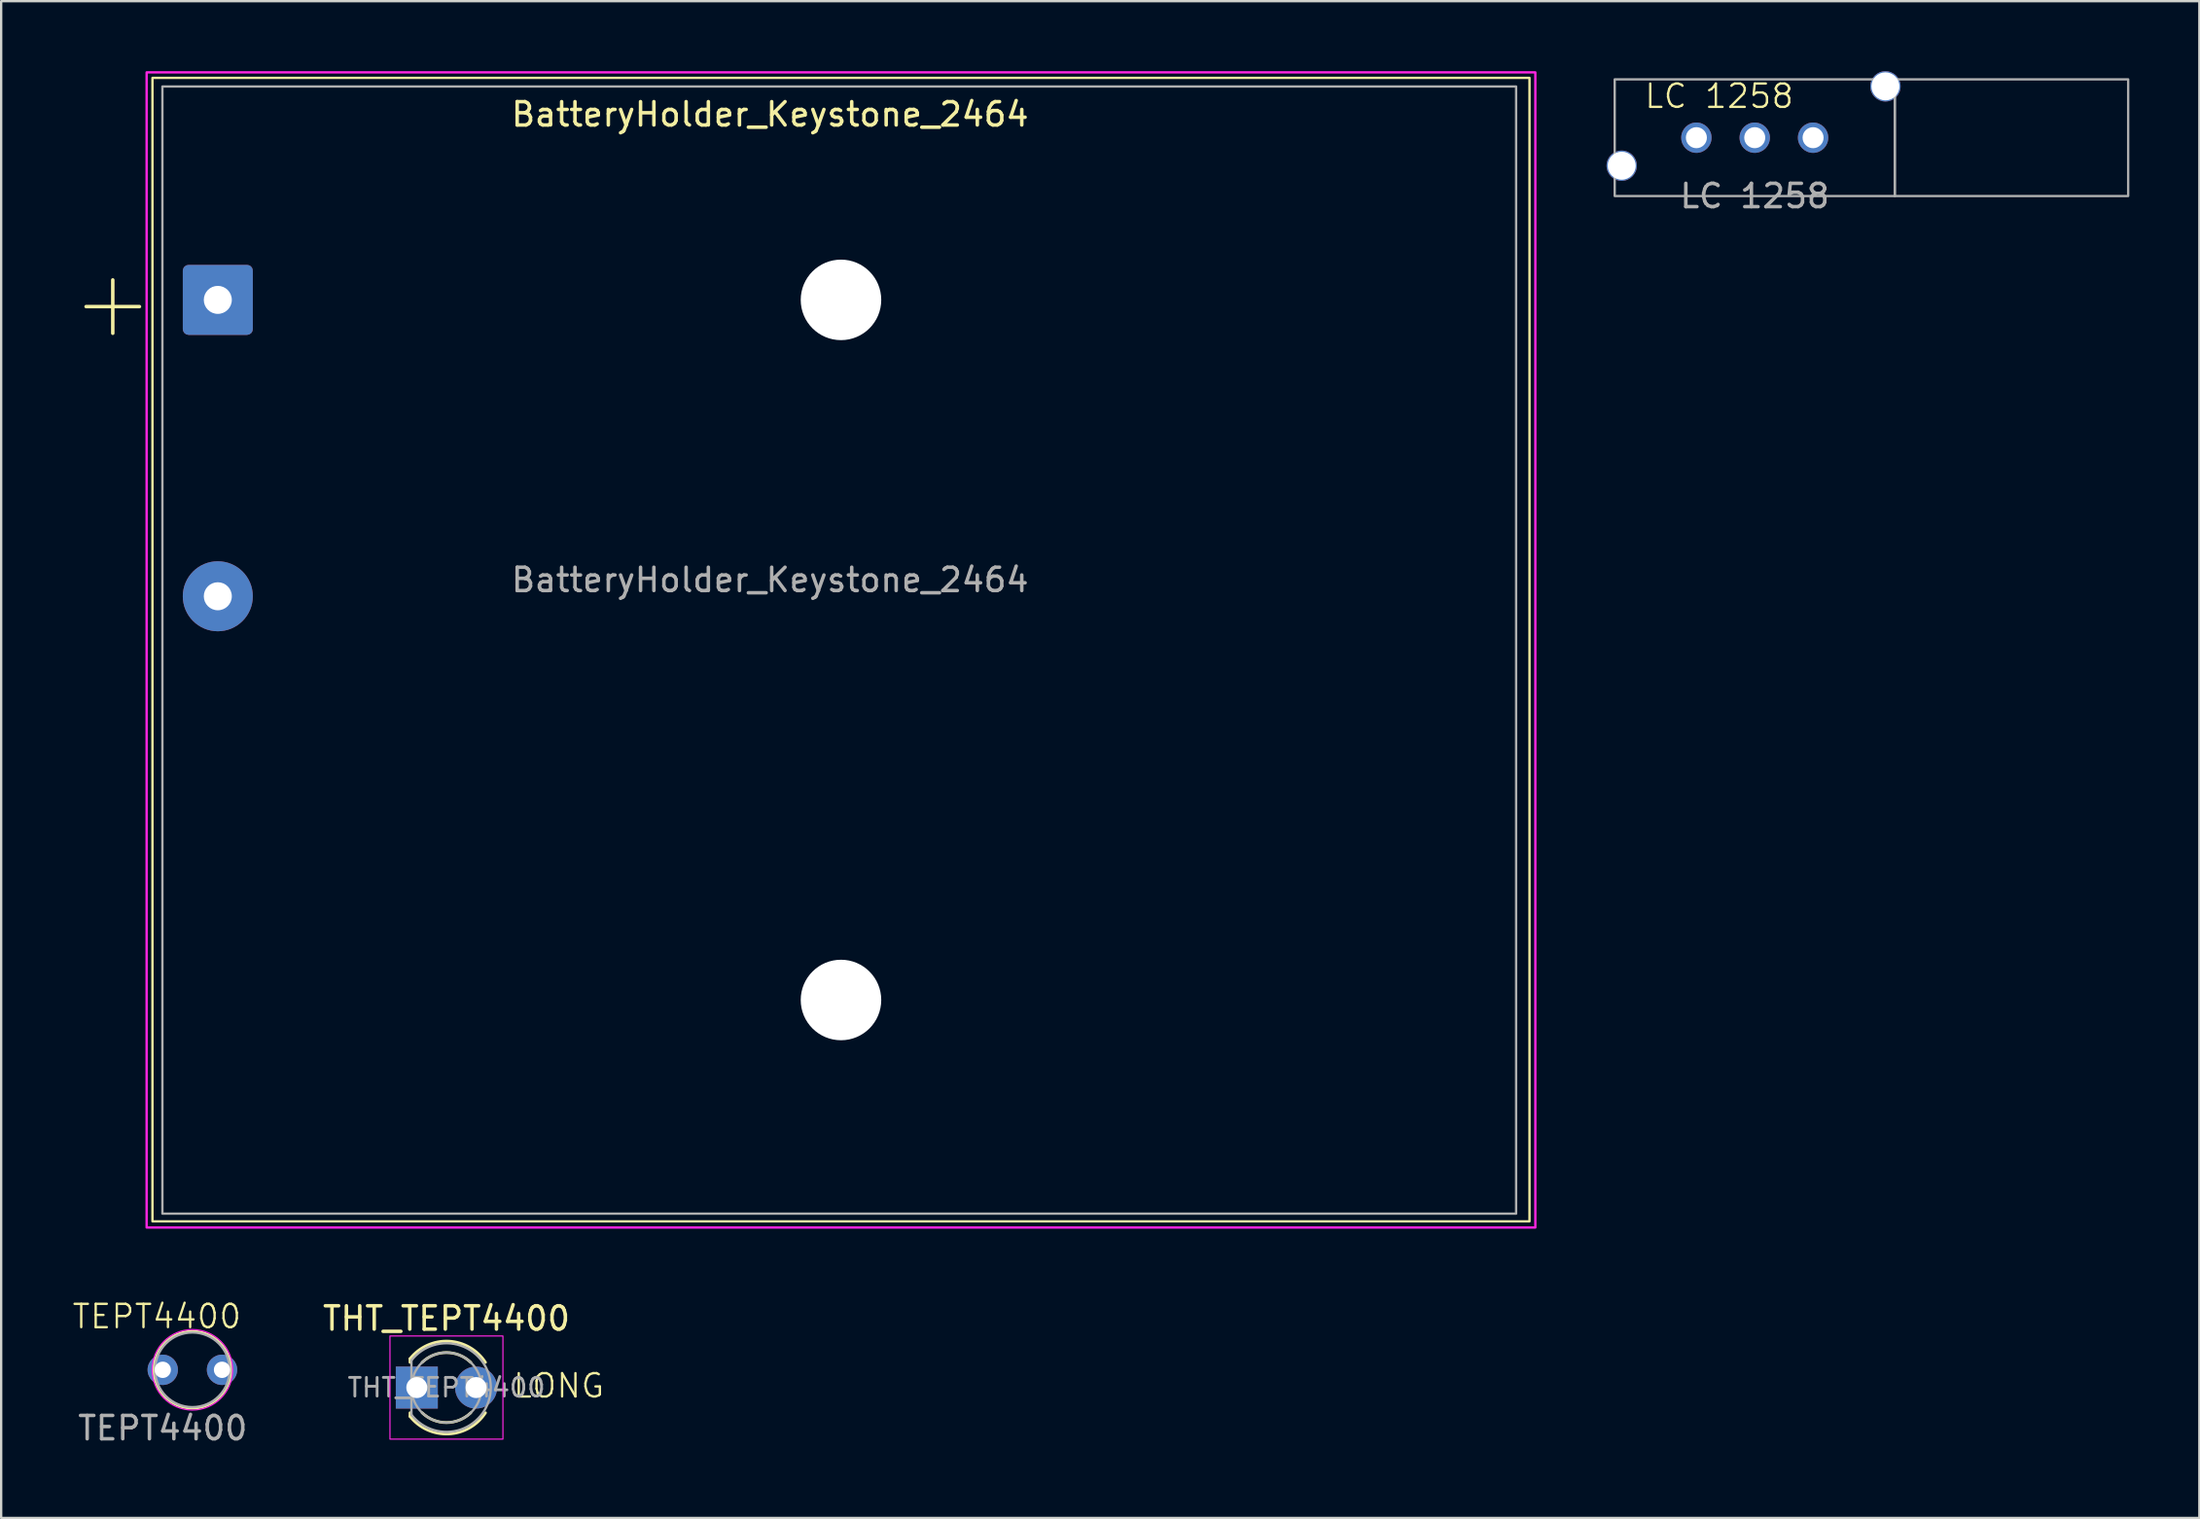
<source format=kicad_pcb>
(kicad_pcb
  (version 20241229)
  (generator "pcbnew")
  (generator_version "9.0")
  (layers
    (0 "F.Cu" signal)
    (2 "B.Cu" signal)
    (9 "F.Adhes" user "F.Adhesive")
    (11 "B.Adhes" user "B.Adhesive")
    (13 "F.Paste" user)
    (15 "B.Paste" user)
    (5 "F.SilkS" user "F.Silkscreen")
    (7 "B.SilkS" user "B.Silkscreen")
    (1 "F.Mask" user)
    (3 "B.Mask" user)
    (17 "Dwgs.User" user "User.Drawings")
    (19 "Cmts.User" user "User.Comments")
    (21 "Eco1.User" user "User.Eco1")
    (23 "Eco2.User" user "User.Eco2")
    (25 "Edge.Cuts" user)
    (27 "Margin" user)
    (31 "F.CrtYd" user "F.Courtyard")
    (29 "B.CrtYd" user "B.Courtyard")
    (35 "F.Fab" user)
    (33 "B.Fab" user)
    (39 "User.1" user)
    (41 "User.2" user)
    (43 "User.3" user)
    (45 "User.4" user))
  (footprint "TEPT4400"
    (layer "F.Cu")
    (at 3.923 55.647)
    (property "Reference" "TEPT4400" (at -0.254 -2.286 0) (unlocked yes) (layer "F.SilkS") (effects (font (size 1 1) (thickness 0.1))))
    (attr through_hole)
    (fp_circle (center 1.27 0) (end 2.925 0) (stroke (width 0.1) (type solid)) (fill no) (layer "F.SilkS"))
    (fp_circle (center 1.27 0) (end 2.995 0) (stroke (width 0.05) (type solid)) (fill no) (layer "F.CrtYd"))
    (fp_circle (center 1.27 0) (end 2.87 0) (stroke (width 0.1) (type solid)) (fill no) (layer "F.Fab"))
    (fp_text user "${REFERENCE}" (at 0 2.5 0) (unlocked yes) (layer "F.Fab") (effects (font (size 1 1) (thickness 0.15))))
    (pad "1" thru_hole circle (at 0 0) (size 1.3 1.3) (drill 0.7) (layers "*.Cu" "*.Mask"))
    (pad "2" thru_hole circle (at 2.54 0) (size 1.3 1.3) (drill 0.7) (layers "*.Cu" "*.Mask")))
  (footprint "LC 1258"
    (layer "F.Cu")
    (at 72.132 2.85)
    (property "Reference" "LC 1258" (at -1.524 -1.778 0) (unlocked yes) (layer "F.SilkS") (effects (font (size 1 1) (thickness 0.1))))
    (attr through_hole)
    (fp_rect (start -6 -2.5) (end 6 2.5) (stroke (width 0.1) (type solid)) (fill no) (layer "F.Fab"))
    (fp_rect (start 6 -2.5) (end 16 2.5) (stroke (width 0.1) (type solid)) (fill no) (layer "F.Fab"))
    (fp_text user "${REFERENCE}" (at 0 2.5 0) (unlocked yes) (layer "F.Fab") (effects (font (size 1 1) (thickness 0.15))))
    (pad "" np_thru_hole circle (at -5.7 1.2) (size 1.3 1.3) (drill 1.2) (layers "*.Cu" "*.Mask"))
    (pad "" np_thru_hole circle (at 5.6 -2.2) (size 1.3 1.3) (drill 1.2) (layers "*.Cu" "*.Mask"))
    (pad "1" thru_hole circle (at 0 0) (size 1.3 1.3) (drill 0.9) (layers "*.Cu" "*.Mask"))
    (pad "2" thru_hole circle (at 2.5 0) (size 1.3 1.3) (drill 0.9) (layers "*.Cu" "*.Mask"))
    (pad "3" thru_hole circle (at -2.5 0) (size 1.3 1.3) (drill 0.9) (layers "*.Cu" "*.Mask")))
  (footprint "BatteryHolder_Keystone_2464"
    (layer "F.Cu")
    (at 6.282 9.8)
    (property "Reference" "BatteryHolder_Keystone_2464" (at 23.66 -7.95 0) (layer "F.SilkS") (effects (font (size 1 1) (thickness 0.15))))
    (attr through_hole)
    (fp_rect (start -2.8 -9.514) (end 56.2 39.486) (stroke (width 0.1) (type solid)) (fill no) (layer "F.SilkS"))
    (fp_rect (start -3.05 -9.75) (end 56.45 39.75) (stroke (width 0.1) (type solid)) (fill no) (layer "F.CrtYd"))
    (fp_rect (start -2.374 -9.144) (end 55.626 39.156) (stroke (width 0.1) (type solid)) (fill no) (layer "F.Fab"))
    (fp_text user "+" (at -4.5 0.05 0) (layer "F.SilkS") (effects (font (size 3 3) (thickness 0.15))))
    (fp_text user "${REFERENCE}" (at 23.66 12 0) (layer "F.Fab") (effects (font (size 1 1) (thickness 0.15))))
    (pad "" np_thru_hole circle (at 26.7 0) (size 3.45 3.45) (drill 3.5) (layers "*.Cu" "*.Mask"))
    (pad "" np_thru_hole circle (at 26.7 30) (size 3.45 3.45) (drill 3.5) (layers "*.Cu" "*.Mask"))
    (pad "1" thru_hole roundrect (at 0 0) (size 3 3) (drill 1.2) (layers "*.Cu" "*.Mask") (roundrect_rratio 0.083))
    (pad "2" thru_hole circle (at 0 12.7) (size 3 3) (drill 1.2) (layers "*.Cu" "*.Mask")))
  (footprint "THT_TEPT4400"
    (layer "F.Cu")
    (at 14.808 56.408)
    (property "Reference" "THT_TEPT4400" (at 1.27 -2.96 0) (layer "F.SilkS") (effects (font (size 1 1) (thickness 0.15))))
    (attr through_hole)
    (fp_line (start -0.29 -1.236) (end -0.29 -1.08) (stroke (width 0.12) (type solid)) (layer "F.SilkS"))
    (fp_line (start -0.29 1.08) (end -0.29 1.236) (stroke (width 0.12) (type solid)) (layer "F.SilkS"))
    (fp_arc (start -0.29 -1.235516) (mid 1.36566 -1.987699) (end 2.941437 -1.08) (stroke (width 0.12) (type solid)) (layer "F.SilkS"))
    (fp_arc (start 0.229039 -1.08) (mid 1.27 -1.5) (end 2.310961 -1.08) (stroke (width 0.12) (type solid)) (layer "F.SilkS"))
    (fp_arc (start 2.310961 1.08) (mid 1.27 1.5) (end 0.229039 1.08) (stroke (width 0.12) (type solid)) (layer "F.SilkS"))
    (fp_arc (start 2.941437 1.08) (mid 1.36566 1.987699) (end -0.29 1.235516) (stroke (width 0.12) (type solid)) (layer "F.SilkS"))
    (fp_rect (start -1.15 -2.21) (end 3.69 2.21) (stroke (width 0.05) (type solid)) (fill no) (layer "F.CrtYd"))
    (fp_line (start -0.23 -1.166) (end -0.23 1.166) (stroke (width 0.1) (type solid)) (layer "F.Fab"))
    (fp_arc (start -0.23 -1.16619) (mid 3.17 0) (end -0.23 1.16619) (stroke (width 0.1) (type solid)) (layer "F.Fab"))
    (fp_circle (center 1.27 0) (end 2.77 0) (stroke (width 0.1) (type solid)) (fill no) (layer "F.Fab"))
    (fp_text user "LONG" (at 4.064 0.508 0) (unlocked yes) (layer "F.SilkS") (effects (font (size 1 1) (thickness 0.1)) (justify left bottom)))
    (fp_text user "${REFERENCE}" (at 1.27 0 0) (layer "F.Fab") (effects (font (size 0.8 0.8) (thickness 0.12))))
    (pad "1" thru_hole rect (at 0 0) (size 1.8 1.8) (drill 0.9) (layers "*.Cu" "*.Mask"))
    (pad "2" thru_hole circle (at 2.54 0) (size 1.8 1.8) (drill 0.9) (layers "*.Cu" "*.Mask")))
  (gr_rect
    (start -3 -3)
    (end 91.182 61.995)
    (stroke (width 0.1) (type default))
    (fill no)
    (layer "Edge.Cuts")))
</source>
